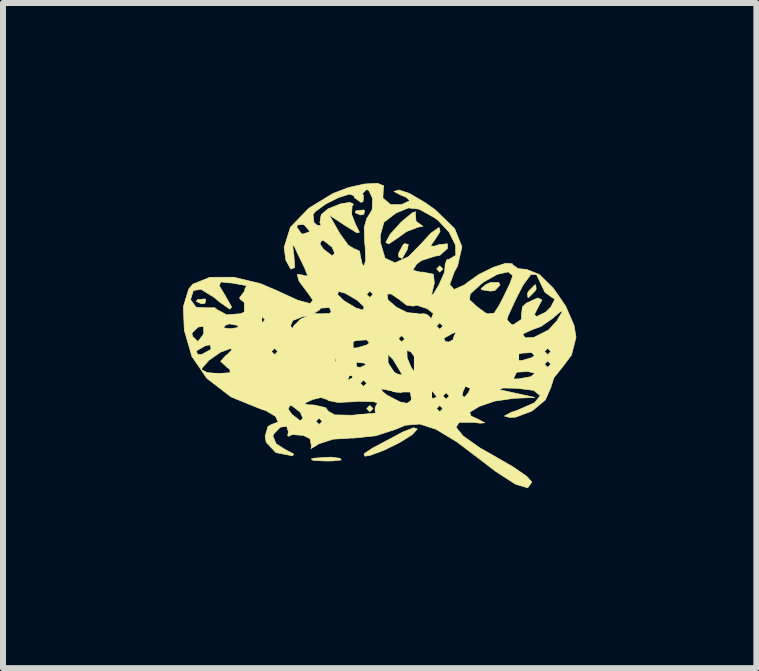
<source format=kicad_pcb>
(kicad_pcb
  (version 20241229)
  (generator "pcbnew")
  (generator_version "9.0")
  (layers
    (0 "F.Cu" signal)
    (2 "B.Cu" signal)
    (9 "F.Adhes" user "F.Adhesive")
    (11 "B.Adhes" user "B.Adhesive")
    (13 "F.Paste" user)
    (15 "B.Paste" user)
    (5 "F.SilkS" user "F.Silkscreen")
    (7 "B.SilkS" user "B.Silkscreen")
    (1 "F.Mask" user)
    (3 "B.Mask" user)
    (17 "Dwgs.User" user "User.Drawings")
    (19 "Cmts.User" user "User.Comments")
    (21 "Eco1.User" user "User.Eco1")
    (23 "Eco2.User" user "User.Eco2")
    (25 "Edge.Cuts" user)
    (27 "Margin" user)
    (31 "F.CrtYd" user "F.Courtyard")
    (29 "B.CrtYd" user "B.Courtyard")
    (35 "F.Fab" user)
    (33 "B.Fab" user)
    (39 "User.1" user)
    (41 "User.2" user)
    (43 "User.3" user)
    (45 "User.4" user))
  (footprint "logo"
    (layer "F.Cu")
    (at 3.273 2.649)
    (property "Reference" "logo" (at 0 0 0) (layer "F.SilkS") (effects (font (size 1.524 1.524) (thickness 0.3))))
    (attr through_hole)
    (fp_poly (pts (xy -0.106 1.111) (xy -0.159 1.164) (xy -0.212 1.111) (xy -0.159 1.058) (xy -0.106 1.111)) (stroke (width 0.01) (type solid)) (fill yes) (layer "F.SilkS"))
    (fp_poly (pts (xy 1.058 -1.217) (xy 1.005 -1.164) (xy 0.953 -1.217) (xy 1.005 -1.27) (xy 1.058 -1.217)) (stroke (width 0.01) (type solid)) (fill yes) (layer "F.SilkS"))
    (fp_poly (pts (xy -2.893 -0.706) (xy -2.907 -0.643) (xy -2.963 -0.635) (xy -3.05 -0.674) (xy -3.034 -0.706) (xy -2.908 -0.718) (xy -2.893 -0.706)) (stroke (width 0.01) (type solid)) (fill yes) (layer "F.SilkS"))
    (fp_poly (pts (xy -0.247 -2.187) (xy -0.261 -2.124) (xy -0.318 -2.117) (xy -0.405 -2.155) (xy -0.388 -2.187) (xy -0.262 -2.2) (xy -0.247 -2.187)) (stroke (width 0.01) (type solid)) (fill yes) (layer "F.SilkS"))
    (fp_poly (pts (xy 0.482 -1.623) (xy 0.464 -1.54) (xy 0.378 -1.391) (xy 0.323 -1.416) (xy 0.318 -1.475) (xy 0.394 -1.619) (xy 0.422 -1.64) (xy 0.482 -1.623)) (stroke (width 0.01) (type solid)) (fill yes) (layer "F.SilkS"))
    (fp_poly (pts (xy -2.12 -0.766) (xy -2.117 -0.741) (xy -2.197 -0.638) (xy -2.223 -0.635) (xy -2.325 -0.716) (xy -2.328 -0.741) (xy -2.248 -0.844) (xy -2.223 -0.847) (xy -2.12 -0.766)) (stroke (width 0.01) (type solid)) (fill yes) (layer "F.SilkS"))
    (fp_poly (pts (xy -0.66 1.938) (xy -0.635 1.967) (xy -0.787 1.983) (xy -0.9 1.984) (xy -1.105 1.974) (xy -1.136 1.95) (xy -1.084 1.936) (xy -0.808 1.919) (xy -0.66 1.938)) (stroke (width 0.01) (type solid)) (fill yes) (layer "F.SilkS"))
    (fp_poly (pts (xy 2.011 -0.949) (xy 1.925 -0.858) (xy 1.852 -0.847) (xy 1.711 -0.869) (xy 1.693 -0.888) (xy 1.776 -0.957) (xy 1.852 -0.991) (xy 1.988 -0.993) (xy 2.011 -0.949)) (stroke (width 0.01) (type solid)) (fill yes) (layer "F.SilkS"))
    (fp_poly (pts (xy 2.613 -0.884) (xy 2.593 -0.847) (xy 2.493 -0.746) (xy 2.475 -0.741) (xy 2.467 -0.809) (xy 2.487 -0.847) (xy 2.587 -0.948) (xy 2.605 -0.953) (xy 2.613 -0.884)) (stroke (width 0.01) (type solid)) (fill yes) (layer "F.SilkS"))
    (fp_poly (pts (xy 0.632 1.451) (xy 0.544 1.547) (xy 0.333 1.678) (xy 0.075 1.805) (xy -0.155 1.89) (xy -0.242 1.904) (xy -0.256 1.864) (xy -0.113 1.768) (xy -0.106 1.765) (xy 0.191 1.607) (xy 0.397 1.497) (xy 0.572 1.429) (xy 0.632 1.451)) (stroke (width 0.01) (type solid)) (fill yes) (layer "F.SilkS"))
    (fp_poly (pts (xy 0.598 -2.152) (xy 0.611 -2.01) (xy 0.661 -1.975) (xy 0.725 -1.928) (xy 0.643 -1.913) (xy 0.452 -1.84) (xy 0.299 -1.73) (xy 0.156 -1.634) (xy 0.106 -1.658) (xy 0.178 -1.793) (xy 0.354 -1.987) (xy 0.387 -2.019) (xy 0.55 -2.153) (xy 0.607 -2.172) (xy 0.598 -2.152)) (stroke (width 0.01) (type solid)) (fill yes) (layer "F.SilkS"))
    (fp_poly (pts (xy 0.074 -2.602) (xy 0.066 -2.561) (xy 0.058 -2.4) (xy 0.187 -2.289) (xy 0.371 -2.29) (xy 0.507 -2.355) (xy 0.448 -2.411) (xy 0.363 -2.445) (xy 0.242 -2.508) (xy 0.321 -2.532) (xy 0.325 -2.533) (xy 0.499 -2.476) (xy 0.762 -2.322) (xy 0.933 -2.2) (xy 1.254 -1.888) (xy 1.375 -1.587) (xy 1.304 -1.269) (xy 1.248 -1.168) (xy 1.173 -0.959) (xy 1.244 -0.874) (xy 1.419 -0.951) (xy 1.455 -0.981) (xy 1.658 -1.125) (xy 1.897 -1.244) (xy 2.106 -1.312) (xy 2.218 -1.302) (xy 2.223 -1.285) (xy 2.312 -1.222) (xy 2.453 -1.209) (xy 2.664 -1.125) (xy 2.895 -0.901) (xy 3.104 -0.598) (xy 3.244 -0.277) (xy 3.277 -0.078) (xy 3.202 0.217) (xy 3.069 0.395) (xy 2.907 0.598) (xy 2.857 0.758) (xy 2.766 0.966) (xy 2.545 1.15) (xy 2.272 1.253) (xy 2.172 1.259) (xy 2.084 1.234) (xy 2.195 1.174) (xy 2.296 1.14) (xy 2.588 1.012) (xy 2.68 0.894) (xy 2.572 0.807) (xy 2.291 0.772) (xy 1.852 0.763) (xy 2.223 0.844) (xy 2.593 0.925) (xy 2.242 0.939) (xy 1.92 0.986) (xy 1.662 1.075) (xy 1.504 1.172) (xy 1.527 1.234) (xy 1.643 1.288) (xy 1.756 1.347) (xy 1.682 1.354) (xy 1.561 1.339) (xy 1.329 1.34) (xy 1.277 1.421) (xy 1.396 1.568) (xy 1.676 1.766) (xy 1.905 1.896) (xy 2.224 2.08) (xy 2.452 2.237) (xy 2.54 2.334) (xy 2.54 2.335) (xy 2.471 2.431) (xy 2.268 2.371) (xy 1.936 2.156) (xy 1.746 2.01) (xy 1.291 1.665) (xy 0.945 1.456) (xy 0.672 1.368) (xy 0.432 1.388) (xy 0.267 1.457) (xy -0.062 1.564) (xy -0.432 1.602) (xy -0.46 1.601) (xy -0.77 1.62) (xy -1.009 1.697) (xy -1.035 1.715) (xy -1.141 1.778) (xy -1.133 1.732) (xy -1.156 1.613) (xy -1.266 1.558) (xy -1.452 1.543) (xy -1.512 1.572) (xy -1.529 1.557) (xy -1.517 1.499) (xy -1.545 1.404) (xy -1.653 1.421) (xy -1.759 1.53) (xy -1.775 1.568) (xy -1.722 1.696) (xy -1.57 1.793) (xy -1.429 1.867) (xy -1.447 1.898) (xy -1.724 1.844) (xy -1.886 1.674) (xy -1.905 1.576) (xy -1.858 1.41) (xy -1.799 1.376) (xy -1.688 1.334) (xy -1.693 1.323) (xy -1.058 1.323) (xy -1.005 1.376) (xy -0.953 1.323) (xy -1.005 1.27) (xy -1.058 1.323) (xy -1.693 1.323) (xy -1.73 1.241) (xy -1.891 1.144) (xy -1.97 1.119) (xy -1.52 1.119) (xy -1.459 1.206) (xy -1.32 1.314) (xy -1.273 1.276) (xy -1.319 1.171) (xy -1.456 1.064) (xy -1.492 1.058) (xy -1.52 1.119) (xy -1.97 1.119) (xy -1.984 1.114) (xy -2.207 1.024) (xy -1.253 1.024) (xy -1.196 1.046) (xy -1.085 1.051) (xy -0.899 1.094) (xy -0.847 1.158) (xy -0.746 1.215) (xy -0.452 1.221) (xy -0.414 1.217) (xy 0.318 1.217) (xy 0.37 1.27) (xy 0.423 1.217) (xy 0.37 1.164) (xy 0.318 1.217) (xy -0.414 1.217) (xy 0.023 1.176) (xy 0.033 1.175) (xy 0.063 1.111) (xy 0.953 1.111) (xy 1.005 1.164) (xy 1.058 1.111) (xy 1.005 1.058) (xy 0.953 1.111) (xy 0.063 1.111) (xy 0.07 1.097) (xy 0.051 1.055) (xy -0.088 0.997) (xy -0.348 0.988) (xy -0.425 0.996) (xy -0.693 1.008) (xy -0.852 0.976) (xy -0.867 0.96) (xy -0.976 0.926) (xy -1.111 0.959) (xy -1.253 1.024) (xy -2.207 1.024) (xy -2.474 0.915) (xy -2.768 0.688) (xy -0.318 0.688) (xy -0.265 0.741) (xy -0.212 0.688) (xy -0.265 0.635) (xy -0.318 0.688) (xy -2.768 0.688) (xy -2.877 0.605) (xy -2.928 0.529) (xy -1.376 0.529) (xy -1.337 0.616) (xy -1.305 0.6) (xy -1.302 0.564) (xy -0.6 0.564) (xy -0.585 0.627) (xy -0.529 0.635) (xy -0.442 0.596) (xy -0.459 0.564) (xy -0.584 0.552) (xy -0.6 0.564) (xy -1.302 0.564) (xy -1.293 0.474) (xy -1.305 0.459) (xy -1.368 0.473) (xy -1.376 0.529) (xy -2.928 0.529) (xy -2.974 0.461) (xy -2.963 0.461) (xy -2.872 0.51) (xy -2.672 0.528) (xy -2.487 0.512) (xy -2.492 0.457) (xy -2.54 0.422) (xy -2.646 0.322) (xy -2.636 0.311) (xy -0.741 0.311) (xy -0.664 0.419) (xy -0.635 0.423) (xy -0.532 0.387) (xy -0.529 0.377) (xy -0.549 0.353) (xy -0.388 0.353) (xy -0.374 0.416) (xy -0.318 0.423) (xy -0.23 0.385) (xy -0.247 0.353) (xy -0.373 0.34) (xy -0.388 0.353) (xy -0.549 0.353) (xy -0.603 0.286) (xy -0.635 0.265) (xy -0.733 0.273) (xy -0.741 0.311) (xy -2.636 0.311) (xy -2.561 0.227) (xy -2.54 0.213) (xy -2.485 0.159) (xy -1.799 0.159) (xy -1.746 0.212) (xy -1.693 0.159) (xy -1.482 0.159) (xy -1.429 0.212) (xy -1.376 0.159) (xy -1.395 0.139) (xy -0.086 0.139) (xy -0.024 0.177) (xy 0.113 0.302) (xy 0.266 0.533) (xy 0.277 0.554) (xy 0.381 0.769) (xy 0.372 0.843) (xy 0.235 0.824) (xy 0.196 0.814) (xy 0.03 0.781) (xy 0.051 0.826) (xy 0.128 0.887) (xy 0.346 1) (xy 0.462 1.023) (xy 0.538 0.986) (xy 0.518 0.849) (xy 0.484 0.771) (xy 0.758 0.771) (xy 0.784 0.83) (xy 0.89 0.944) (xy 0.951 0.921) (xy 0.953 0.906) (xy 0.947 0.9) (xy 1.058 0.9) (xy 1.111 0.953) (xy 1.164 0.9) (xy 1.379 0.9) (xy 1.423 0.919) (xy 1.482 0.847) (xy 1.571 0.654) (xy 1.582 0.596) (xy 2.011 0.596) (xy 2.102 0.619) (xy 2.321 0.615) (xy 2.526 0.578) (xy 2.589 0.523) (xy 2.588 0.521) (xy 2.475 0.492) (xy 2.271 0.505) (xy 2.082 0.546) (xy 2.011 0.596) (xy 1.582 0.596) (xy 1.584 0.582) (xy 1.541 0.563) (xy 1.482 0.635) (xy 1.392 0.828) (xy 1.379 0.9) (xy 1.164 0.9) (xy 1.111 0.847) (xy 1.058 0.9) (xy 0.947 0.9) (xy 0.877 0.816) (xy 0.83 0.784) (xy 0.758 0.771) (xy 0.484 0.771) (xy 0.395 0.571) (xy 0.392 0.564) (xy 0.225 0.288) (xy 0.074 0.141) (xy 0.459 0.141) (xy 0.462 0.262) (xy 0.529 0.423) (xy 0.64 0.578) (xy 0.705 0.6) (xy 0.702 0.479) (xy 0.635 0.318) (xy 0.633 0.315) (xy 1.321 0.315) (xy 1.342 0.459) (xy 1.387 0.469) (xy 1.432 0.37) (xy 2.752 0.37) (xy 2.805 0.423) (xy 2.857 0.37) (xy 2.805 0.318) (xy 2.752 0.37) (xy 1.432 0.37) (xy 1.448 0.335) (xy 1.45 0.277) (xy 2.117 0.277) (xy 2.2 0.318) (xy 2.377 0.309) (xy 2.541 0.261) (xy 2.583 0.227) (xy 2.54 0.177) (xy 2.378 0.186) (xy 2.181 0.238) (xy 2.117 0.277) (xy 1.45 0.277) (xy 1.453 0.214) (xy 1.439 0.159) (xy 2.752 0.159) (xy 2.805 0.212) (xy 2.857 0.159) (xy 2.805 0.106) (xy 2.752 0.159) (xy 1.439 0.159) (xy 1.416 0.067) (xy 1.362 0.103) (xy 1.322 0.299) (xy 1.321 0.315) (xy 0.633 0.315) (xy 0.524 0.163) (xy 0.459 0.141) (xy 0.074 0.141) (xy 0.064 0.131) (xy 0.005 0.114) (xy -0.086 0.139) (xy -1.395 0.139) (xy -1.429 0.106) (xy -1.482 0.159) (xy -1.693 0.159) (xy -1.746 0.106) (xy -1.799 0.159) (xy -2.485 0.159) (xy -2.455 0.129) (xy -2.487 0.111) (xy -2.649 0.171) (xy -2.837 0.302) (xy -2.955 0.433) (xy -2.963 0.461) (xy -2.974 0.461) (xy -3.125 0.241) (xy -3.151 0.151) (xy -3.054 0.151) (xy -3.029 0.206) (xy -2.97 0.212) (xy -2.826 0.135) (xy -2.805 0.107) (xy -2.817 0.065) (xy -0.635 0.065) (xy -0.552 0.107) (xy -0.374 0.098) (xy -0.211 0.05) (xy -0.168 0.015) (xy -0.212 -0.035) (xy -0.374 -0.025) (xy -0.57 0.026) (xy -0.635 0.065) (xy -2.817 0.065) (xy -2.822 0.047) (xy -2.905 0.065) (xy -3.054 0.151) (xy -3.151 0.151) (xy -3.238 -0.148) (xy -3.124 -0.148) (xy -3.115 -0.095) (xy -3.024 -0.007) (xy -2.989 -0.053) (xy 0 -0.053) (xy 0.053 0) (xy 0.106 -0.053) (xy 0.318 -0.053) (xy 0.37 0) (xy 0.423 -0.053) (xy 0.415 -0.061) (xy 1.074 -0.061) (xy 1.099 -0.006) (xy 1.158 0) (xy 1.29 -0.071) (xy 2.046 -0.071) (xy 2.061 -0.008) (xy 2.117 0) (xy 2.204 -0.039) (xy 2.187 -0.071) (xy 2.062 -0.083) (xy 2.046 -0.071) (xy 1.29 -0.071) (xy 1.301 -0.077) (xy 1.322 -0.105) (xy 1.317 -0.121) (xy 2.391 -0.121) (xy 2.432 -0.069) (xy 2.576 -0.077) (xy 2.819 -0.2) (xy 2.958 -0.352) (xy 3.049 -0.509) (xy 3.014 -0.504) (xy 2.891 -0.397) (xy 2.692 -0.257) (xy 2.564 -0.212) (xy 2.407 -0.142) (xy 2.391 -0.121) (xy 1.317 -0.121) (xy 1.305 -0.165) (xy 1.223 -0.146) (xy 1.074 -0.061) (xy 0.415 -0.061) (xy 0.37 -0.106) (xy 0.318 -0.053) (xy 0.106 -0.053) (xy 0.053 -0.106) (xy 0 -0.053) (xy -2.989 -0.053) (xy -2.944 -0.112) (xy -2.927 -0.153) (xy -2.931 -0.237) (xy -2.6 -0.237) (xy -2.496 -0.22) (xy -2.359 -0.239) (xy -2.357 -0.268) (xy -1.482 -0.268) (xy -1.409 -0.169) (xy -1.205 -0.214) (xy -1.115 -0.265) (xy 0.953 -0.265) (xy 1.005 -0.212) (xy 1.058 -0.265) (xy 1.023 -0.3) (xy 2.11 -0.3) (xy 2.167 -0.276) (xy 2.24 -0.291) (xy 2.369 -0.378) (xy 2.366 -0.447) (xy 2.383 -0.585) (xy 2.447 -0.645) (xy 2.639 -0.734) (xy 2.71 -0.701) (xy 2.646 -0.582) (xy 2.582 -0.454) (xy 2.62 -0.423) (xy 2.769 -0.496) (xy 2.857 -0.582) (xy 2.924 -0.714) (xy 2.878 -0.741) (xy 2.759 -0.828) (xy 2.699 -0.953) (xy 2.618 -1.123) (xy 2.523 -1.124) (xy 2.392 -0.945) (xy 2.267 -0.7) (xy 2.142 -0.427) (xy 2.11 -0.3) (xy 1.023 -0.3) (xy 1.005 -0.318) (xy 0.953 -0.265) (xy -1.115 -0.265) (xy -0.918 -0.377) (xy -0.804 -0.504) (xy -0.832 -0.573) (xy -0.975 -0.564) (xy -1.004 -0.531) (xy -1.155 -0.441) (xy -1.276 -0.423) (xy -1.444 -0.357) (xy -1.482 -0.268) (xy -2.357 -0.268) (xy -2.357 -0.276) (xy -2.499 -0.301) (xy -2.56 -0.284) (xy -2.6 -0.237) (xy -2.931 -0.237) (xy -2.932 -0.261) (xy -3.021 -0.248) (xy -3.124 -0.148) (xy -3.238 -0.148) (xy -3.251 -0.191) (xy -3.259 -0.37) (xy -2.011 -0.37) (xy -1.958 -0.318) (xy -1.905 -0.37) (xy -1.958 -0.423) (xy -2.011 -0.37) (xy -3.259 -0.37) (xy -3.268 -0.585) (xy -3.232 -0.704) (xy -3.148 -0.704) (xy -3.056 -0.58) (xy -2.903 -0.57) (xy -2.742 -0.57) (xy -2.704 -0.538) (xy -2.545 -0.453) (xy -2.309 -0.471) (xy -2.092 -0.577) (xy -2.026 -0.651) (xy -1.959 -0.789) (xy -2 -0.874) (xy -2.187 -0.934) (xy -2.452 -0.981) (xy -2.646 -1) (xy -2.668 -0.935) (xy -2.573 -0.778) (xy -2.463 -0.583) (xy -2.492 -0.546) (xy -2.662 -0.665) (xy -2.754 -0.743) (xy -2.972 -0.877) (xy -3.1 -0.858) (xy -3.148 -0.704) (xy -3.232 -0.704) (xy -3.178 -0.882) (xy -3.108 -0.964) (xy -2.824 -1.078) (xy -2.427 -1.079) (xy -1.981 -0.972) (xy -1.721 -0.861) (xy -1.362 -0.696) (xy -1.154 -0.64) (xy -1.108 -0.696) (xy -1.173 -0.79) (xy -0.697 -0.79) (xy -0.588 -0.685) (xy -0.386 -0.564) (xy -0.271 -0.533) (xy -0.255 -0.586) (xy -0.364 -0.691) (xy -0.537 -0.794) (xy -0.212 -0.794) (xy -0.159 -0.741) (xy -0.106 -0.794) (xy -0.11 -0.798) (xy 0.127 -0.798) (xy 0.144 -0.7) (xy 0.283 -0.58) (xy 0.465 -0.489) (xy 0.609 -0.476) (xy 0.728 -0.456) (xy 0.741 -0.414) (xy 0.808 -0.357) (xy 0.86 -0.379) (xy 0.899 -0.474) (xy 0.799 -0.554) (xy 0.625 -0.612) (xy 0.562 -0.597) (xy 0.452 -0.614) (xy 0.345 -0.698) (xy 0.341 -0.701) (xy 1.502 -0.701) (xy 1.634 -0.582) (xy 1.801 -0.46) (xy 1.897 -0.459) (xy 1.993 -0.604) (xy 2.061 -0.736) (xy 2.172 -0.965) (xy 2.222 -1.102) (xy 2.223 -1.106) (xy 2.147 -1.168) (xy 1.964 -1.127) (xy 1.74 -1.001) (xy 1.679 -0.953) (xy 1.513 -0.799) (xy 1.502 -0.701) (xy 0.341 -0.701) (xy 0.195 -0.801) (xy 0.127 -0.798) (xy -0.11 -0.798) (xy -0.159 -0.847) (xy -0.212 -0.794) (xy -0.537 -0.794) (xy -0.567 -0.811) (xy -0.682 -0.843) (xy -0.697 -0.79) (xy -1.173 -0.79) (xy -1.201 -0.829) (xy -1.34 -1.015) (xy -1.369 -1.126) (xy -1.279 -1.116) (xy -1.259 -1.105) (xy -1.195 -1.1) (xy -1.245 -1.231) (xy -1.364 -1.475) (xy -1.415 -1.587) (xy -1.446 -1.615) (xy -1.429 -1.467) (xy -1.425 -1.446) (xy -1.411 -1.24) (xy -1.477 -1.214) (xy -1.559 -1.361) (xy -1.588 -1.575) (xy -1.57 -1.633) (xy -0.991 -1.633) (xy -0.93 -1.545) (xy -0.791 -1.438) (xy -0.744 -1.476) (xy -0.789 -1.58) (xy -0.927 -1.688) (xy -0.963 -1.693) (xy -0.991 -1.633) (xy -1.57 -1.633) (xy -1.483 -1.911) (xy -1.483 -1.911) (xy -1.376 -1.911) (xy -1.299 -1.803) (xy -1.27 -1.799) (xy -1.167 -1.835) (xy -1.164 -1.846) (xy -1.238 -1.936) (xy -1.27 -1.958) (xy -1.368 -1.95) (xy -1.376 -1.911) (xy -1.483 -1.911) (xy -1.276 -2.125) (xy -1.106 -2.125) (xy -1.09 -1.99) (xy -1.044 -1.949) (xy -0.969 -1.935) (xy -0.992 -1.989) (xy -0.97 -2.122) (xy -0.857 -2.217) (xy -0.655 -2.299) (xy -0.492 -2.327) (xy -0.432 -2.296) (xy -0.455 -2.262) (xy -0.463 -2.128) (xy -0.404 -1.974) (xy -0.333 -1.829) (xy -0.374 -1.818) (xy -0.558 -1.933) (xy -0.561 -1.934) (xy -0.835 -2.114) (xy -0.659 -1.806) (xy -0.519 -1.613) (xy -0.409 -1.546) (xy -0.4 -1.549) (xy -0.329 -1.511) (xy -0.318 -1.435) (xy -0.285 -1.29) (xy -0.256 -1.27) (xy -0.228 -1.362) (xy -0.238 -1.589) (xy -0.244 -1.641) (xy -0.249 -1.773) (xy 0.014 -1.773) (xy 0.017 -1.655) (xy 0.094 -1.397) (xy 0.258 -1.319) (xy 0.484 -1.42) (xy 0.682 -1.622) (xy 0.858 -1.813) (xy 0.987 -1.904) (xy 0.996 -1.905) (xy 1.011 -1.839) (xy 0.939 -1.726) (xy 0.851 -1.599) (xy 0.921 -1.597) (xy 0.988 -1.621) (xy 1.133 -1.637) (xy 1.137 -1.561) (xy 1.007 -1.444) (xy 0.921 -1.428) (xy 0.698 -1.356) (xy 0.618 -1.295) (xy 0.558 -1.196) (xy 0.679 -1.165) (xy 0.727 -1.164) (xy 0.9 -1.129) (xy 0.916 -0.982) (xy 0.902 -0.926) (xy 0.867 -0.776) (xy 0.902 -0.802) (xy 0.992 -0.951) (xy 1.087 -1.166) (xy 1.096 -1.295) (xy 1.124 -1.371) (xy 1.158 -1.376) (xy 1.273 -1.445) (xy 1.268 -1.615) (xy 1.162 -1.829) (xy 0.977 -2.028) (xy 0.911 -2.075) (xy 0.663 -2.213) (xy 0.484 -2.234) (xy 0.277 -2.149) (xy 0.075 -1.995) (xy 0.014 -1.773) (xy -0.249 -1.773) (xy -0.254 -1.903) (xy -0.211 -2.061) (xy -0.2 -2.071) (xy -0.121 -2.205) (xy -0.114 -2.392) (xy -0.176 -2.526) (xy -0.218 -2.54) (xy -0.281 -2.475) (xy -0.265 -2.434) (xy -0.273 -2.337) (xy -0.311 -2.328) (xy -0.419 -2.407) (xy -0.423 -2.437) (xy -0.5 -2.464) (xy -0.68 -2.407) (xy -0.892 -2.301) (xy -1.063 -2.177) (xy -1.106 -2.125) (xy -1.276 -2.125) (xy -1.173 -2.231) (xy -0.773 -2.475) (xy -0.514 -2.574) (xy -0.246 -2.633) (xy -0.03 -2.644) (xy 0.074 -2.602)) (stroke (width 0.01) (type solid)) (fill yes) (layer "F.SilkS")))
  (gr_rect
    (start -3 -3)
    (end 9.555 8.085)
    (stroke (width 0.1) (type default))
    (fill no)
    (layer "Edge.Cuts")))
</source>
